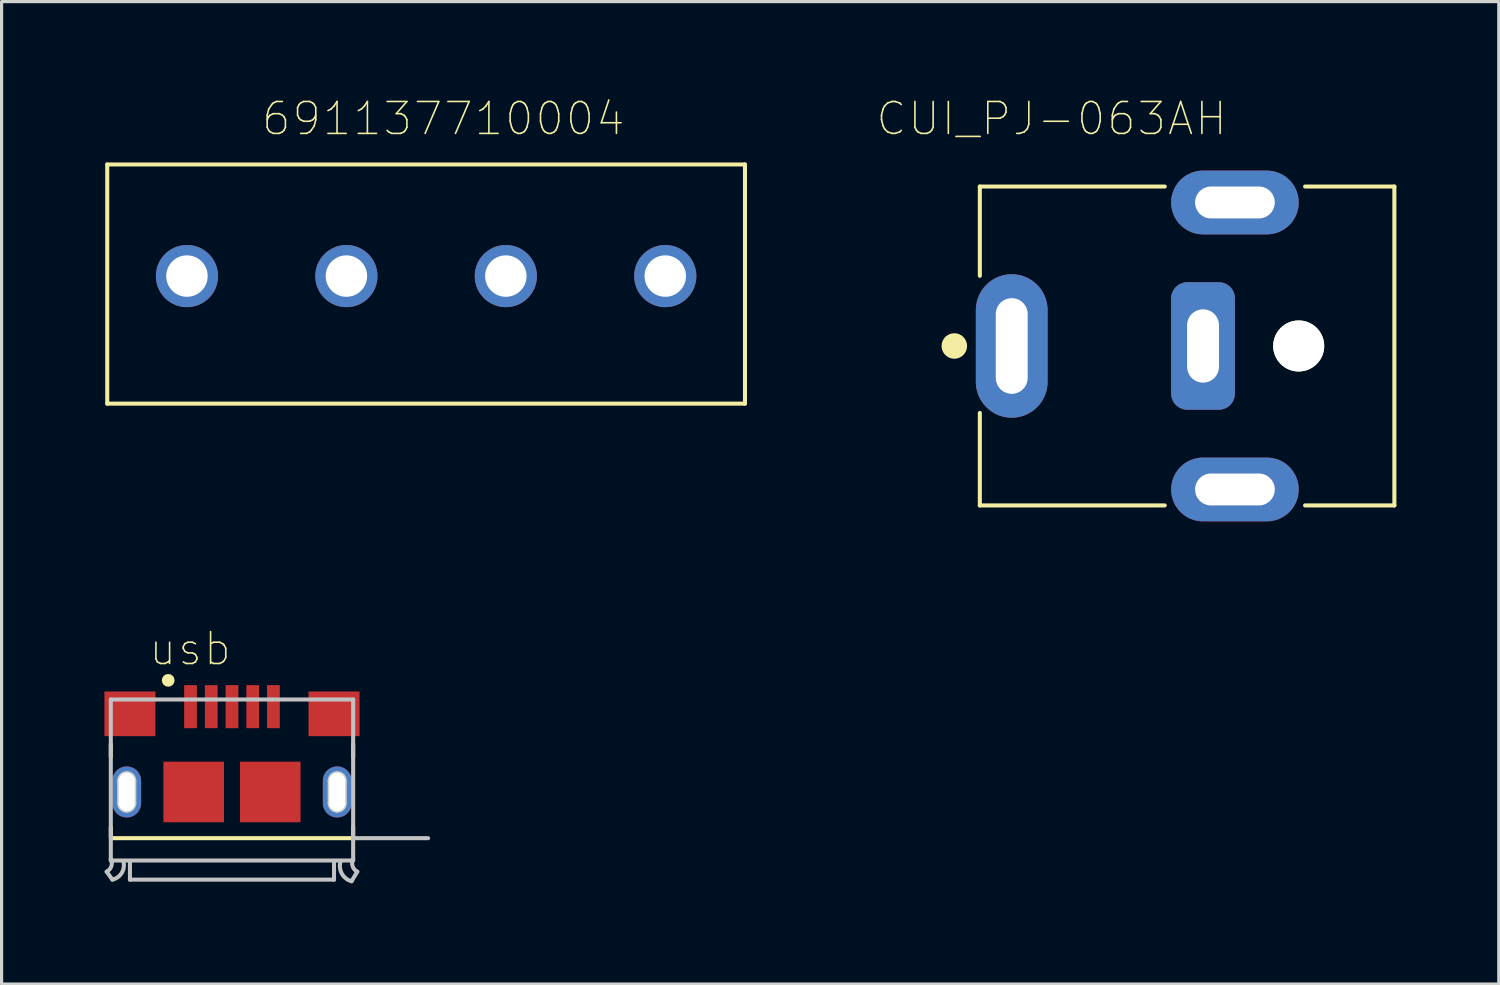
<source format=kicad_pcb>
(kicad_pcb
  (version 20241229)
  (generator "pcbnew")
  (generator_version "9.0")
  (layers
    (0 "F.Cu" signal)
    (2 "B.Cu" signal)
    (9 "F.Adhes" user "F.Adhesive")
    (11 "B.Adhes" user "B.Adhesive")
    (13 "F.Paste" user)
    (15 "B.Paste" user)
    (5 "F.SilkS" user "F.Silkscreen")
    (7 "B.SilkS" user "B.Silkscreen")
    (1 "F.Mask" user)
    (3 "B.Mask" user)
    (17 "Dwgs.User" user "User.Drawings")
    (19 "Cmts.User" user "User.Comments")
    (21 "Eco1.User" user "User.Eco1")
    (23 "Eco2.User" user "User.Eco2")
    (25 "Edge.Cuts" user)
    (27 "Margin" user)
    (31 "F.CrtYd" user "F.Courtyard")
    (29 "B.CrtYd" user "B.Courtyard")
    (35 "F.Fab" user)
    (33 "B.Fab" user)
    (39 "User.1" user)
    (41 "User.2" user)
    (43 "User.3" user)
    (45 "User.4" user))
  (footprint "691137710004"
    (layer "F.Cu")
    (at 10.313 5.608)
    (property "Reference" "691137710004" (at 0.54 -4.935 0) (layer "F.SilkS") (effects (font (size 1 1) (thickness 0.05))))
    (attr through_hole)
    (fp_line (start -10 -3.5) (end 10 -3.5) (stroke (width 0.127) (type solid)) (layer "F.SilkS"))
    (fp_line (start -10 4) (end -10 -3.5) (stroke (width 0.127) (type solid)) (layer "F.SilkS"))
    (fp_line (start 10 -3.5) (end 10 4) (stroke (width 0.127) (type solid)) (layer "F.SilkS"))
    (fp_line (start 10 4) (end -10 4) (stroke (width 0.127) (type solid)) (layer "F.SilkS"))
    (fp_poly (pts (xy -10.25 -3.75) (xy 10.25 -3.75) (xy 10.25 4.25) (xy -10.25 4.25)) (stroke (width 0.127) (type solid)) (fill no) (layer "Eco1.User"))
    (fp_text user "1" (at -9.3 -0.9 0) (layer "Edge.Cuts") (effects (font (size 1 1) (thickness 0.05))))
    (pad "1" thru_hole circle (at -7.5 0) (size 1.95 1.95) (drill 1.3) (layers "*.Cu" "*.Mask"))
    (pad "2" thru_hole circle (at -2.5 0) (size 1.95 1.95) (drill 1.3) (layers "*.Cu" "*.Mask"))
    (pad "3" thru_hole circle (at 2.5 0) (size 1.95 1.95) (drill 1.3) (layers "*.Cu" "*.Mask"))
    (pad "4" thru_hole circle (at 7.5 0) (size 1.95 1.95) (drill 1.3) (layers "*.Cu" "*.Mask")))
  (footprint "usb"
    (layer "F.Cu")
    (at 4.225 21.786)
    (property "Reference" "usb" (at -1.314 -4.489 0) (layer "F.SilkS") (effects (font (size 1 1) (thickness 0.05))))
    (attr smd)
    (fp_line (start -3.8 -1.5) (end -3.8 -1.1) (stroke (width 0.127) (type solid)) (layer "F.SilkS"))
    (fp_line (start -3.8 1.1) (end -3.8 1.4) (stroke (width 0.127) (type solid)) (layer "F.SilkS"))
    (fp_line (start -3.8 1.45) (end 3.8 1.45) (stroke (width 0.127) (type solid)) (layer "F.SilkS"))
    (fp_line (start 3.8 -1.1) (end 3.8 -1.5) (stroke (width 0.127) (type solid)) (layer "F.SilkS"))
    (fp_line (start 3.8 1.1) (end 3.8 1.4) (stroke (width 0.127) (type solid)) (layer "F.SilkS"))
    (fp_circle (center -2 -3.5) (end -1.9 -3.5) (stroke (width 0.2) (type solid)) (fill no) (layer "F.SilkS"))
    (fp_line (start -3.93 2.5) (end -3.75 2.75) (stroke (width 0.127) (type solid)) (layer "Dwgs.User"))
    (fp_line (start -3.8 -2.9) (end 3.8 -2.9) (stroke (width 0.127) (type solid)) (layer "Dwgs.User"))
    (fp_line (start -3.8 2.1) (end -3.8 -2.9) (stroke (width 0.127) (type solid)) (layer "Dwgs.User"))
    (fp_line (start -3.8 2.15) (end -3.8 2.1) (stroke (width 0.127) (type solid)) (layer "Dwgs.User"))
    (fp_line (start -3.2 2.2) (end -3.2 2.75) (stroke (width 0.127) (type solid)) (layer "Dwgs.User"))
    (fp_line (start -3.2 2.75) (end 3.2 2.75) (stroke (width 0.127) (type solid)) (layer "Dwgs.User"))
    (fp_line (start 3.2 2.75) (end 3.2 2.2) (stroke (width 0.127) (type solid)) (layer "Dwgs.User"))
    (fp_line (start 3.8 -2.9) (end 3.8 1.45) (stroke (width 0.127) (type solid)) (layer "Dwgs.User"))
    (fp_line (start 3.8 1.45) (end 3.8 2.15) (stroke (width 0.127) (type solid)) (layer "Dwgs.User"))
    (fp_line (start 3.8 1.45) (end 6.15 1.45) (stroke (width 0.127) (type solid)) (layer "Dwgs.User"))
    (fp_line (start 3.8 2.15) (end -3.8 2.15) (stroke (width 0.127) (type solid)) (layer "Dwgs.User"))
    (fp_line (start 3.93 2.5) (end 3.75 2.8) (stroke (width 0.127) (type solid)) (layer "Dwgs.User"))
    (fp_arc (start -3.8 2.1) (mid -3.782157 2.326924) (end -3.93 2.5) (stroke (width 0.127) (type solid)) (layer "Dwgs.User"))
    (fp_arc (start -3.4 2.2) (mid -3.461091 2.547487) (end -3.75 2.75) (stroke (width 0.127) (type solid)) (layer "Dwgs.User"))
    (fp_arc (start 3.75 2.8) (mid 3.450736 2.572487) (end 3.4 2.2) (stroke (width 0.127) (type solid)) (layer "Dwgs.User"))
    (fp_arc (start 3.93 2.5) (mid 3.782157 2.326924) (end 3.8 2.1) (stroke (width 0.127) (type solid)) (layer "Dwgs.User"))
    (fp_line (start -4.2 -3.6) (end -4.2 3) (stroke (width 0.05) (type solid)) (layer "Eco1.User"))
    (fp_line (start -4.2 3) (end 4.2 3) (stroke (width 0.05) (type solid)) (layer "Eco1.User"))
    (fp_line (start 4.2 -3.6) (end -4.2 -3.6) (stroke (width 0.05) (type solid)) (layer "Eco1.User"))
    (fp_line (start 4.2 3) (end 4.2 -3.6) (stroke (width 0.05) (type solid)) (layer "Eco1.User"))
    (fp_line (start -3.55 0.35) (end -3.55 -0.35) (stroke (width 0.1) (type solid)) (layer "Edge.Cuts"))
    (fp_line (start -3.05 -0.35) (end -3.05 0.35) (stroke (width 0.1) (type solid)) (layer "Edge.Cuts"))
    (fp_line (start 3.05 0.35) (end 3.05 -0.35) (stroke (width 0.1) (type solid)) (layer "Edge.Cuts"))
    (fp_line (start 3.55 -0.35) (end 3.55 0.35) (stroke (width 0.1) (type solid)) (layer "Edge.Cuts"))
    (fp_arc (start -3.55 -0.35) (mid -3.476777 -0.526777) (end -3.3 -0.6) (stroke (width 0.1) (type solid)) (layer "Edge.Cuts"))
    (fp_arc (start -3.3 -0.6) (mid -3.123223 -0.526777) (end -3.05 -0.35) (stroke (width 0.1) (type solid)) (layer "Edge.Cuts"))
    (fp_arc (start -3.3 0.6) (mid -3.476777 0.526777) (end -3.55 0.35) (stroke (width 0.1) (type solid)) (layer "Edge.Cuts"))
    (fp_arc (start -3.05 0.35) (mid -3.123223 0.526777) (end -3.3 0.6) (stroke (width 0.1) (type solid)) (layer "Edge.Cuts"))
    (fp_arc (start 3.05 -0.35) (mid 3.123223 -0.526777) (end 3.3 -0.6) (stroke (width 0.1) (type solid)) (layer "Edge.Cuts"))
    (fp_arc (start 3.3 -0.6) (mid 3.476777 -0.526777) (end 3.55 -0.35) (stroke (width 0.1) (type solid)) (layer "Edge.Cuts"))
    (fp_arc (start 3.3 0.6) (mid 3.123223 0.526777) (end 3.05 0.35) (stroke (width 0.1) (type solid)) (layer "Edge.Cuts"))
    (fp_arc (start 3.55 0.35) (mid 3.476777 0.526777) (end 3.3 0.6) (stroke (width 0.1) (type solid)) (layer "Edge.Cuts"))
    (fp_text user "PCB~{END}" (at 4.75 1.3 0) (layer "Edge.Cuts") (effects (font (size 1 1) (thickness 0.05))))
    (pad "1" smd rect (at -1.3 -2.675) (size 0.4 1.35) (layers "F.Cu" "F.Mask" "F.Paste"))
    (pad "2" smd rect (at -0.65 -2.675) (size 0.4 1.35) (layers "F.Cu" "F.Mask" "F.Paste"))
    (pad "3" smd rect (at 0 -2.675) (size 0.4 1.35) (layers "F.Cu" "F.Mask" "F.Paste"))
    (pad "4" smd rect (at 0.65 -2.675) (size 0.4 1.35) (layers "F.Cu" "F.Mask" "F.Paste"))
    (pad "5" smd rect (at 1.3 -2.675) (size 0.4 1.35) (layers "F.Cu" "F.Mask" "F.Paste"))
    (pad "S1" smd rect (at -3.2 -2.45) (size 1.6 1.4) (layers "F.Cu" "F.Mask" "F.Paste"))
    (pad "S2" smd rect (at 3.2 -2.45) (size 1.6 1.4) (layers "F.Cu" "F.Mask" "F.Paste"))
    (pad "S3" smd rect (at 1.2 0) (size 1.9 1.9) (layers "F.Cu" "F.Mask" "F.Paste"))
    (pad "S4" smd rect (at -1.2 0) (size 1.9 1.9) (layers "F.Cu" "F.Mask" "F.Paste"))
    (pad "S5" thru_hole oval (at -3.3 0 90) (size 1.6 0.9) (drill oval 1.2 0.5) (layers "*.Cu" "*.Mask"))
    (pad "S6" thru_hole oval (at 3.3 0 90) (size 1.6 0.9) (drill oval 1.2 0.5) (layers "*.Cu" "*.Mask")))
  (footprint "CUI_PJ-063AH"
    (layer "F.Cu")
    (at 28.678 7.8)
    (property "Reference" "CUI_PJ-063AH" (at 1.25 -7.127 0) (layer "F.SilkS") (effects (font (size 1 1) (thickness 0.05))))
    (attr through_hole)
    (fp_line (start -1 -5) (end 4.8 -5) (stroke (width 0.127) (type solid)) (layer "F.SilkS"))
    (fp_line (start -1 -2.2) (end -1 -5) (stroke (width 0.127) (type solid)) (layer "F.SilkS"))
    (fp_line (start -1 5) (end -1 2.1) (stroke (width 0.127) (type solid)) (layer "F.SilkS"))
    (fp_line (start 4.8 5) (end -1 5) (stroke (width 0.127) (type solid)) (layer "F.SilkS"))
    (fp_line (start 9.2 -5) (end 12 -5) (stroke (width 0.127) (type solid)) (layer "F.SilkS"))
    (fp_line (start 12 -5) (end 12 5) (stroke (width 0.127) (type solid)) (layer "F.SilkS"))
    (fp_line (start 12 5) (end 9.2 5) (stroke (width 0.127) (type solid)) (layer "F.SilkS"))
    (fp_circle (center -1.8 0) (end -1.6 0) (stroke (width 0.4) (type solid)) (fill no) (layer "F.SilkS"))
    (fp_line (start -1.4 -2.45) (end -1.25 -2.45) (stroke (width 0.05) (type solid)) (layer "Eco1.User"))
    (fp_line (start -1.4 2.25) (end -1.4 -2.45) (stroke (width 0.05) (type solid)) (layer "Eco1.User"))
    (fp_line (start -1.25 -5.25) (end 4.75 -5.25) (stroke (width 0.05) (type solid)) (layer "Eco1.User"))
    (fp_line (start -1.25 -2.45) (end -1.25 -5.25) (stroke (width 0.05) (type solid)) (layer "Eco1.User"))
    (fp_line (start -1.25 2.25) (end -1.4 2.25) (stroke (width 0.05) (type solid)) (layer "Eco1.User"))
    (fp_line (start -1.25 5.25) (end -1.25 2.25) (stroke (width 0.05) (type solid)) (layer "Eco1.User"))
    (fp_line (start 4.75 -5.85) (end 9.45 -5.85) (stroke (width 0.05) (type solid)) (layer "Eco1.User"))
    (fp_line (start 4.75 -5.25) (end 4.75 -5.85) (stroke (width 0.05) (type solid)) (layer "Eco1.User"))
    (fp_line (start 4.75 5.25) (end -1.25 5.25) (stroke (width 0.05) (type solid)) (layer "Eco1.User"))
    (fp_line (start 4.75 5.8) (end 4.75 5.25) (stroke (width 0.05) (type solid)) (layer "Eco1.User"))
    (fp_line (start 9.25 5.25) (end 9.25 5.8) (stroke (width 0.05) (type solid)) (layer "Eco1.User"))
    (fp_line (start 9.25 5.8) (end 4.75 5.8) (stroke (width 0.05) (type solid)) (layer "Eco1.User"))
    (fp_line (start 9.45 -5.85) (end 9.45 -5.25) (stroke (width 0.05) (type solid)) (layer "Eco1.User"))
    (fp_line (start 9.45 -5.25) (end 12.25 -5.25) (stroke (width 0.05) (type solid)) (layer "Eco1.User"))
    (fp_line (start 12.25 -5.25) (end 12.25 5.25) (stroke (width 0.05) (type solid)) (layer "Eco1.User"))
    (fp_line (start 12.25 5.25) (end 9.25 5.25) (stroke (width 0.05) (type solid)) (layer "Eco1.User"))
    (fp_line (start -5 0) (end 11 0) (stroke (width 0.102) (type solid)) (layer "Eco2.User"))
    (fp_line (start -1 -5) (end 12 -5) (stroke (width 0.127) (type solid)) (layer "Eco2.User"))
    (fp_line (start -1 5) (end -1 -5) (stroke (width 0.127) (type solid)) (layer "Eco2.User"))
    (fp_line (start 12 -5) (end 12 5) (stroke (width 0.127) (type solid)) (layer "Eco2.User"))
    (fp_line (start 12 5) (end -1 5) (stroke (width 0.127) (type solid)) (layer "Eco2.User"))
    (pad "" np_thru_hole circle (at 9 0) (size 1.6 1.6) (drill 1.6) (layers "*.Cu" "*.Mask" "F.SilkS"))
    (pad "1" thru_hole oval (at 0 0 270) (size 4.5 2.25) (drill oval 3 1) (layers "*.Cu" "*.Mask"))
    (pad "2" thru_hole roundrect (at 6 0 270) (size 4 2) (drill oval 2.3 1) (layers "*.Cu" "*.Mask") (roundrect_rratio 0.25))
    (pad "S1" thru_hole oval (at 7 -4.5) (size 4 2) (drill oval 2.5 1) (layers "*.Cu" "*.Mask"))
    (pad "S2" thru_hole oval (at 7 4.5) (size 4 2) (drill oval 2.5 1) (layers "*.Cu" "*.Mask")))
  (gr_rect
    (start -3 -3)
    (end 43.953 27.811)
    (stroke (width 0.1) (type default))
    (fill no)
    (layer "Edge.Cuts")))
</source>
